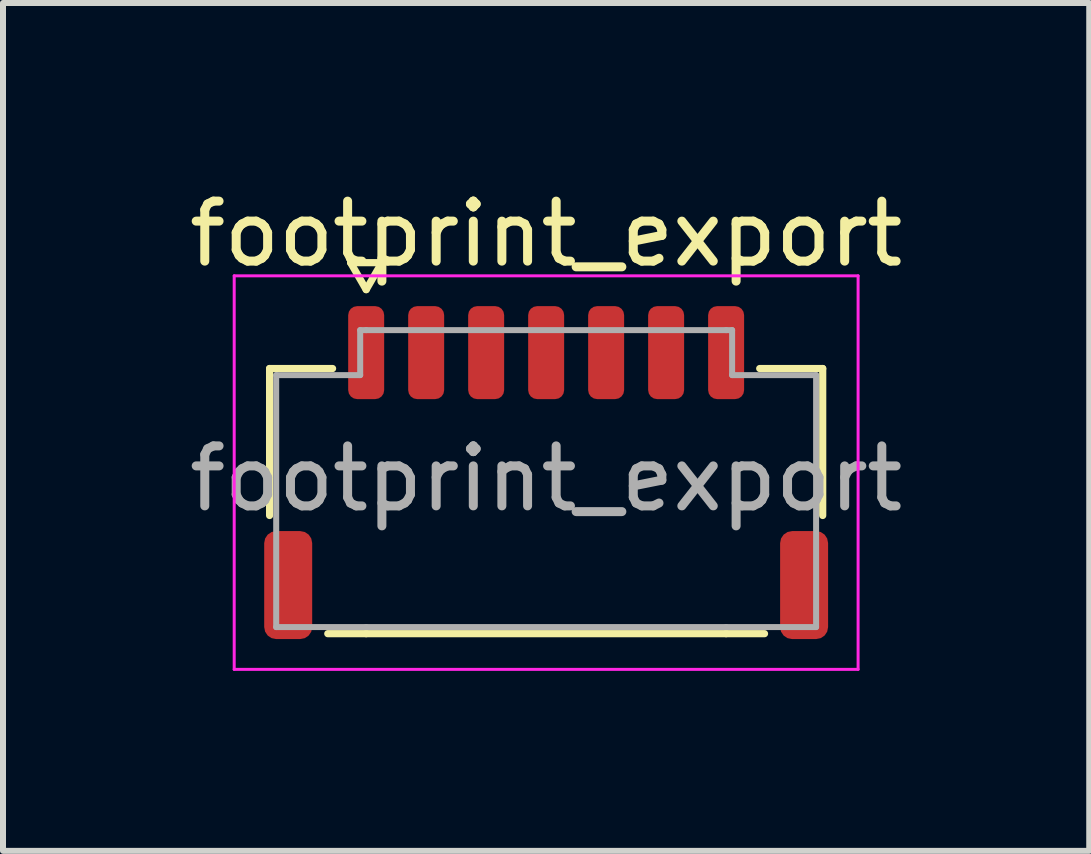
<source format=kicad_pcb>
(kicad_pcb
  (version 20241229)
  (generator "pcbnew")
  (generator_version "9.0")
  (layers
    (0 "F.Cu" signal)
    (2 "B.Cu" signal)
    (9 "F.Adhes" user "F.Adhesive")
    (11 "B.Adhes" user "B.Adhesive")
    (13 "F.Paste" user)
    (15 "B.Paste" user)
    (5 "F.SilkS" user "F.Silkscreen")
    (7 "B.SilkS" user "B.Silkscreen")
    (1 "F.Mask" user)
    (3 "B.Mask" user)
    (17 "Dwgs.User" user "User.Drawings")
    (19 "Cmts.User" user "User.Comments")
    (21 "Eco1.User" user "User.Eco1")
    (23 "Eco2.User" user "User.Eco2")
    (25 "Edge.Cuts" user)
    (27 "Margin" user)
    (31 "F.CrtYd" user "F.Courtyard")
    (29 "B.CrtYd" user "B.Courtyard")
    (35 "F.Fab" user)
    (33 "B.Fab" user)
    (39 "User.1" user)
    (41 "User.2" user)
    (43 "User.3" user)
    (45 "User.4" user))
  (footprint "footprint_export"
    (layer "F.Cu")
    (at 6.054 4.928)
    (property "Reference" "footprint_export" (at 0 -4.08 0) (layer "F.SilkS") (effects (font (size 1 1) (thickness 0.15))))
    (attr smd)
    (fp_line (start -4.61 -1.835) (end -3.56 -1.835) (stroke (width 0.12) (type solid)) (layer "F.SilkS"))
    (fp_line (start -4.61 0.615) (end -4.61 -1.835) (stroke (width 0.12) (type solid)) (layer "F.SilkS"))
    (fp_line (start -3.26 -3.6) (end -3 -3.15) (stroke (width 0.12) (type solid)) (layer "F.SilkS"))
    (fp_line (start -3 -3.15) (end -2.74 -3.6) (stroke (width 0.12) (type solid)) (layer "F.SilkS"))
    (fp_line (start -3 2.585) (end -3.64 2.585) (stroke (width 0.12) (type solid)) (layer "F.SilkS"))
    (fp_line (start -2.74 -3.6) (end -3.26 -3.6) (stroke (width 0.12) (type solid)) (layer "F.SilkS"))
    (fp_line (start 3 2.585) (end -3 2.585) (stroke (width 0.12) (type solid)) (layer "F.SilkS"))
    (fp_line (start 3.56 -1.835) (end 4.61 -1.835) (stroke (width 0.12) (type solid)) (layer "F.SilkS"))
    (fp_line (start 3.64 2.585) (end 3 2.585) (stroke (width 0.12) (type solid)) (layer "F.SilkS"))
    (fp_line (start 4.61 -1.835) (end 4.61 0.615) (stroke (width 0.12) (type solid)) (layer "F.SilkS"))
    (fp_line (start -5.2 -3.38) (end -5.2 3.18) (stroke (width 0.05) (type solid)) (layer "F.CrtYd"))
    (fp_line (start -5.2 3.18) (end 5.2 3.18) (stroke (width 0.05) (type solid)) (layer "F.CrtYd"))
    (fp_line (start 5.2 -3.38) (end -5.2 -3.38) (stroke (width 0.05) (type solid)) (layer "F.CrtYd"))
    (fp_line (start 5.2 3.18) (end 5.2 -3.38) (stroke (width 0.05) (type solid)) (layer "F.CrtYd"))
    (fp_line (start -4.5 -1.725) (end -3.1 -1.725) (stroke (width 0.1) (type solid)) (layer "F.Fab"))
    (fp_line (start -4.5 2.475) (end -4.5 -1.725) (stroke (width 0.1) (type solid)) (layer "F.Fab"))
    (fp_line (start -3.1 -2.475) (end -3 -2.475) (stroke (width 0.1) (type solid)) (layer "F.Fab"))
    (fp_line (start -3.1 -1.725) (end -3.1 -2.475) (stroke (width 0.1) (type solid)) (layer "F.Fab"))
    (fp_line (start -3 -2.475) (end 3 -2.475) (stroke (width 0.1) (type solid)) (layer "F.Fab"))
    (fp_line (start -3 2.475) (end -4.5 2.475) (stroke (width 0.1) (type solid)) (layer "F.Fab"))
    (fp_line (start 3 -2.475) (end 3.1 -2.475) (stroke (width 0.1) (type solid)) (layer "F.Fab"))
    (fp_line (start 3 2.475) (end -3 2.475) (stroke (width 0.1) (type solid)) (layer "F.Fab"))
    (fp_line (start 3.1 -2.475) (end 3.1 -1.725) (stroke (width 0.1) (type solid)) (layer "F.Fab"))
    (fp_line (start 3.1 -1.725) (end 4.5 -1.725) (stroke (width 0.1) (type solid)) (layer "F.Fab"))
    (fp_line (start 4.5 -1.725) (end 4.5 2.475) (stroke (width 0.1) (type solid)) (layer "F.Fab"))
    (fp_line (start 4.5 2.475) (end 3 2.475) (stroke (width 0.1) (type solid)) (layer "F.Fab"))
    (fp_text user "${REFERENCE}" (at 0 0 0) (layer "F.Fab") (effects (font (size 1 1) (thickness 0.15))))
    (pad "1" smd roundrect (at -3 -2.1) (size 0.6 1.55) (layers "F.Cu" "F.Mask" "F.Paste") (roundrect_rratio 0.25))
    (pad "2" smd roundrect (at -2 -2.1) (size 0.6 1.55) (layers "F.Cu" "F.Mask" "F.Paste") (roundrect_rratio 0.25))
    (pad "3" smd roundrect (at -1 -2.1) (size 0.6 1.55) (layers "F.Cu" "F.Mask" "F.Paste") (roundrect_rratio 0.25))
    (pad "4" smd roundrect (at 0 -2.1) (size 0.6 1.55) (layers "F.Cu" "F.Mask" "F.Paste") (roundrect_rratio 0.25))
    (pad "5" smd roundrect (at 1 -2.1) (size 0.6 1.55) (layers "F.Cu" "F.Mask" "F.Paste") (roundrect_rratio 0.25))
    (pad "6" smd roundrect (at 2 -2.1) (size 0.6 1.55) (layers "F.Cu" "F.Mask" "F.Paste") (roundrect_rratio 0.25))
    (pad "7" smd roundrect (at 3 -2.1) (size 0.6 1.55) (layers "F.Cu" "F.Mask" "F.Paste") (roundrect_rratio 0.25))
    (pad "MP" smd roundrect (at -4.3 1.775) (size 0.8 1.8) (layers "F.Cu" "F.Mask" "F.Paste") (roundrect_rratio 0.25))
    (pad "MP" smd roundrect (at 4.3 1.775) (size 0.8 1.8) (layers "F.Cu" "F.Mask" "F.Paste") (roundrect_rratio 0.25)))
  (gr_rect
    (start -3 -3)
    (end 15.107 11.133)
    (stroke (width 0.1) (type default))
    (fill no)
    (layer "Edge.Cuts")))
</source>
